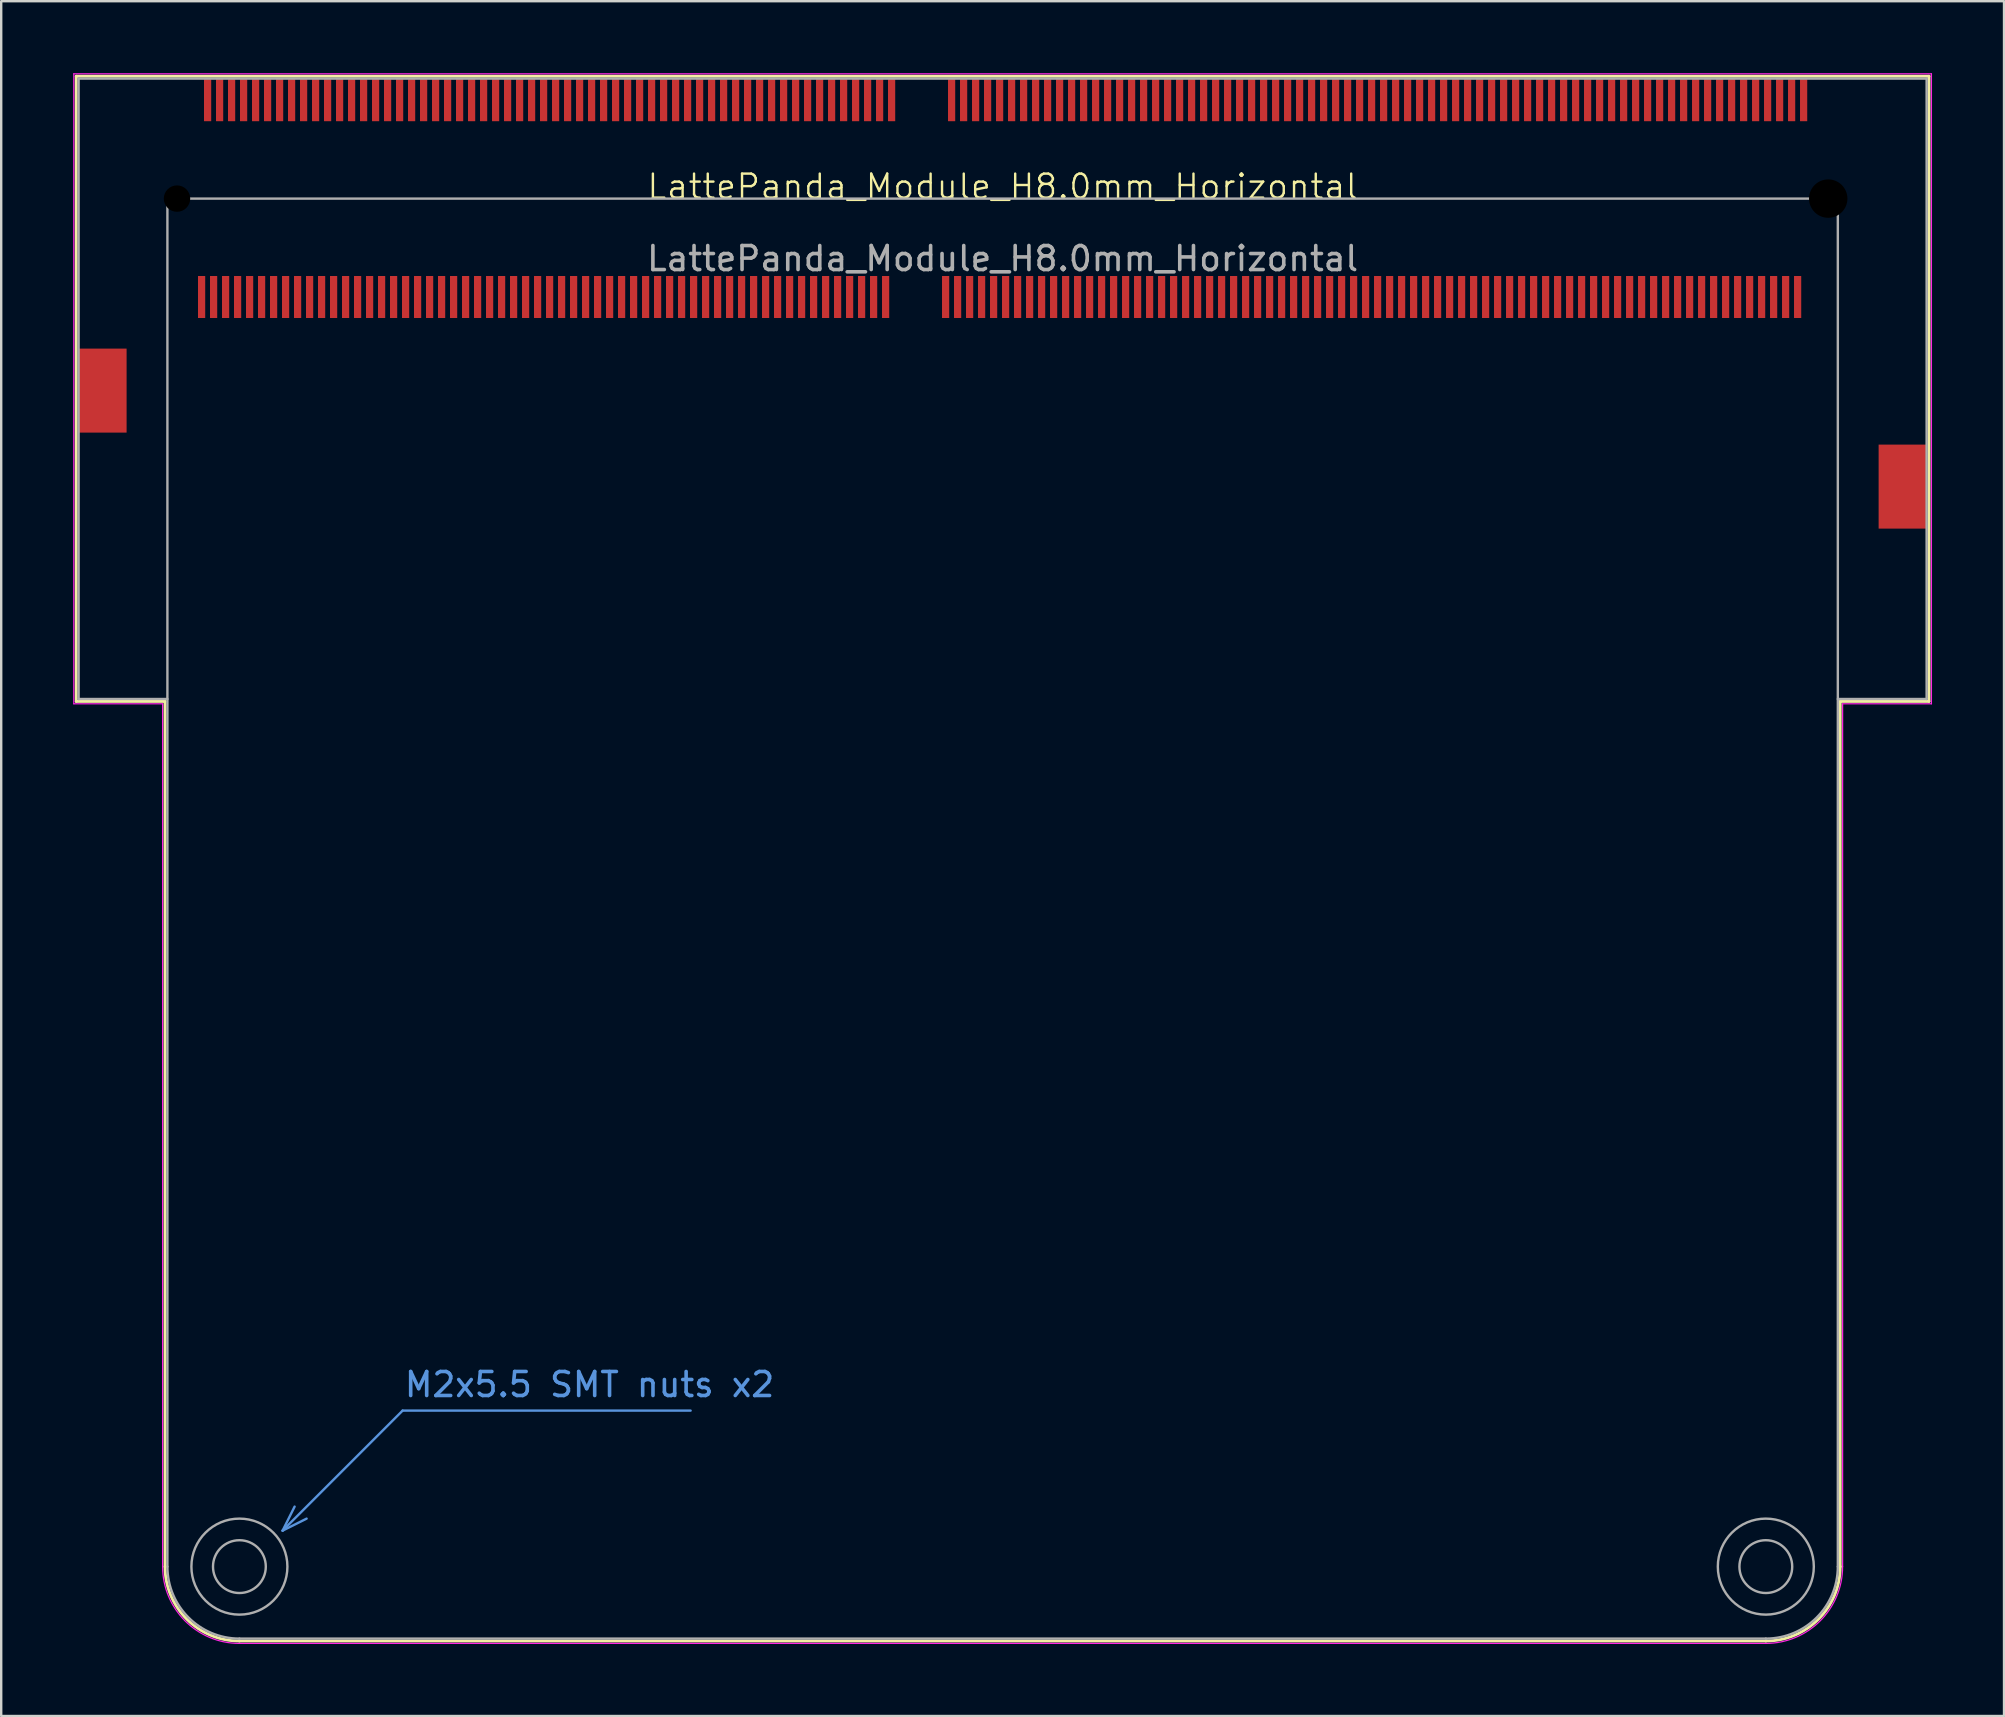
<source format=kicad_pcb>
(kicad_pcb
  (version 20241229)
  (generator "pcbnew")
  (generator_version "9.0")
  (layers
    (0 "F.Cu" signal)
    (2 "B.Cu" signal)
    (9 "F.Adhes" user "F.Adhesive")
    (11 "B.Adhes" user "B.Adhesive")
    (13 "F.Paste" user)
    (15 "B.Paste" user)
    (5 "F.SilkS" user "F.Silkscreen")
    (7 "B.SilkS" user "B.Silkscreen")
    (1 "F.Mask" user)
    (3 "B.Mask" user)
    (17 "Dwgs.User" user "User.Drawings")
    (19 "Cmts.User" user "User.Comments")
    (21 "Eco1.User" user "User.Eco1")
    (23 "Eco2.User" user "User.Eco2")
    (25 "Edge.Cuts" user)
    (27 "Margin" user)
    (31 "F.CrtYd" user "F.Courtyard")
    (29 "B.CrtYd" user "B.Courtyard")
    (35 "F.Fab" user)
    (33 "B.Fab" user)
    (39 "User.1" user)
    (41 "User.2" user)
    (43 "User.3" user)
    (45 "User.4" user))
  (footprint "LattePanda_Module_H8.0mm_Horizontal"
    (layer "F.Cu")
    (at 38.725 5.225)
    (property "Reference" "LattePanda_Module_H8.0mm_Horizontal" (at 0 -0.5 0) (unlocked yes) (layer "F.SilkS") (effects (font (size 1 1) (thickness 0.1))))
    (attr smd)
    (fp_line (start -38.6 -5.1) (end -38.6 20.95) (stroke (width 0.12) (type default)) (layer "F.SilkS"))
    (fp_line (start -38.6 -5.1) (end 38.6 -5.1) (stroke (width 0.12) (type default)) (layer "F.SilkS"))
    (fp_line (start -38.6 20.95) (end -34.9 20.95) (stroke (width 0.12) (type default)) (layer "F.SilkS"))
    (fp_line (start -34.9 57) (end -34.9 20.95) (stroke (width 0.12) (type default)) (layer "F.SilkS"))
    (fp_line (start -31.8 60.1) (end 31.8 60.1) (stroke (width 0.12) (type default)) (layer "F.SilkS"))
    (fp_line (start 34.9 20.95) (end 38.6 20.95) (stroke (width 0.12) (type default)) (layer "F.SilkS"))
    (fp_line (start 34.9 57) (end 34.9 20.95) (stroke (width 0.12) (type default)) (layer "F.SilkS"))
    (fp_line (start 38.6 -5.1) (end 38.6 20.95) (stroke (width 0.12) (type default)) (layer "F.SilkS"))
    (fp_arc (start -31.8 60.1) (mid -33.992031 59.192031) (end -34.9 57) (stroke (width 0.12) (type default)) (layer "F.SilkS"))
    (fp_arc (start 34.9 57) (mid 33.992031 59.192031) (end 31.8 60.1) (stroke (width 0.12) (type default)) (layer "F.SilkS"))
    (fp_line (start -30 55.5) (end -29.5 54.5) (stroke (width 0.1) (type default)) (layer "Cmts.User"))
    (fp_line (start -30 55.5) (end -29 55) (stroke (width 0.1) (type default)) (layer "Cmts.User"))
    (fp_line (start -25 50.5) (end -30 55.5) (stroke (width 0.1) (type default)) (layer "Cmts.User"))
    (fp_line (start -25 50.5) (end -13 50.5) (stroke (width 0.1) (type default)) (layer "Cmts.User"))
    (fp_line (start -38.7 -5.2) (end -38.7 21.05) (stroke (width 0.05) (type default)) (layer "F.CrtYd"))
    (fp_line (start -38.7 -5.2) (end 38.7 -5.2) (stroke (width 0.05) (type default)) (layer "F.CrtYd"))
    (fp_line (start -38.7 21.05) (end -35 21.05) (stroke (width 0.05) (type default)) (layer "F.CrtYd"))
    (fp_line (start -35 57) (end -35 21.05) (stroke (width 0.05) (type default)) (layer "F.CrtYd"))
    (fp_line (start -31.8 60.2) (end 31.8 60.2) (stroke (width 0.05) (type default)) (layer "F.CrtYd"))
    (fp_line (start 35 21.05) (end 38.7 21.05) (stroke (width 0.05) (type default)) (layer "F.CrtYd"))
    (fp_line (start 35 57) (end 35 21.05) (stroke (width 0.05) (type default)) (layer "F.CrtYd"))
    (fp_line (start 38.7 -5.2) (end 38.7 21.05) (stroke (width 0.05) (type default)) (layer "F.CrtYd"))
    (fp_arc (start -31.8 60.2) (mid -34.062742 59.262742) (end -35 57) (stroke (width 0.05) (type default)) (layer "F.CrtYd"))
    (fp_arc (start 35 57) (mid 34.062742 59.262742) (end 31.8 60.2) (stroke (width 0.05) (type default)) (layer "F.CrtYd"))
    (fp_line (start -38.5 -5) (end -38.5 20.85) (stroke (width 0.1) (type default)) (layer "F.Fab"))
    (fp_line (start -38.5 -5) (end 38.5 -5) (stroke (width 0.1) (type default)) (layer "F.Fab"))
    (fp_line (start -38.5 20.85) (end -34.8 20.85) (stroke (width 0.1) (type default)) (layer "F.Fab"))
    (fp_line (start -34.8 57) (end -34.8 0) (stroke (width 0.1) (type default)) (layer "F.Fab"))
    (fp_line (start -31.8 60) (end 31.8 60) (stroke (width 0.1) (type default)) (layer "F.Fab"))
    (fp_line (start 34.8 0) (end -34.8 0) (stroke (width 0.1) (type default)) (layer "F.Fab"))
    (fp_line (start 34.8 20.85) (end 38.5 20.85) (stroke (width 0.1) (type default)) (layer "F.Fab"))
    (fp_line (start 34.8 57) (end 34.8 0) (stroke (width 0.1) (type default)) (layer "F.Fab"))
    (fp_line (start 38.5 -5) (end 38.5 20.85) (stroke (width 0.1) (type default)) (layer "F.Fab"))
    (fp_arc (start -31.8 60) (mid -33.92132 59.12132) (end -34.8 57) (stroke (width 0.1) (type default)) (layer "F.Fab"))
    (fp_arc (start 34.8 57) (mid 33.92132 59.12132) (end 31.8 60) (stroke (width 0.1) (type default)) (layer "F.Fab"))
    (fp_circle (center -31.8 57) (end -30.7 57) (stroke (width 0.1) (type default)) (fill no) (layer "F.Fab"))
    (fp_circle (center -31.8 57) (end -29.8 57) (stroke (width 0.1) (type default)) (fill no) (layer "F.Fab"))
    (fp_circle (center 31.8 57) (end 32.9 57) (stroke (width 0.1) (type default)) (fill no) (layer "F.Fab"))
    (fp_circle (center 31.8 57) (end 33.8 57) (stroke (width 0.1) (type default)) (fill no) (layer "F.Fab"))
    (fp_text user "M2x5.5 SMT nuts x2" (at -25 50 0) (unlocked yes) (layer "Cmts.User") (effects (font (size 1 1) (thickness 0.15)) (justify left bottom)))
    (fp_text user "${REFERENCE}" (at 0 2.5 0) (unlocked yes) (layer "F.Fab") (effects (font (size 1 1) (thickness 0.15))))
    (pad "" np_thru_hole circle (at -34.4 0) (size 1.1 1.1) (drill 1.1) (layers "*.Mask"))
    (pad "" np_thru_hole circle (at 34.4 0) (size 1.6 1.6) (drill 1.6) (layers "*.Mask"))
    (pad "1" smd rect (at 33.375 -4.1) (size 0.3 1.75) (layers "F.Cu" "F.Mask" "F.Paste"))
    (pad "2" smd rect (at 33.125 4.1) (size 0.3 1.75) (layers "F.Cu" "F.Mask" "F.Paste"))
    (pad "3" smd rect (at 32.875 -4.1) (size 0.3 1.75) (layers "F.Cu" "F.Mask" "F.Paste"))
    (pad "4" smd rect (at 32.625 4.1) (size 0.3 1.75) (layers "F.Cu" "F.Mask" "F.Paste"))
    (pad "5" smd rect (at 32.375 -4.1) (size 0.3 1.75) (layers "F.Cu" "F.Mask" "F.Paste"))
    (pad "6" smd rect (at 32.125 4.1) (size 0.3 1.75) (layers "F.Cu" "F.Mask" "F.Paste"))
    (pad "7" smd rect (at 31.875 -4.1) (size 0.3 1.75) (layers "F.Cu" "F.Mask" "F.Paste"))
    (pad "8" smd rect (at 31.625 4.1) (size 0.3 1.75) (layers "F.Cu" "F.Mask" "F.Paste"))
    (pad "9" smd rect (at 31.375 -4.1) (size 0.3 1.75) (layers "F.Cu" "F.Mask" "F.Paste"))
    (pad "10" smd rect (at 31.125 4.1) (size 0.3 1.75) (layers "F.Cu" "F.Mask" "F.Paste"))
    (pad "11" smd rect (at 30.875 -4.1) (size 0.3 1.75) (layers "F.Cu" "F.Mask" "F.Paste"))
    (pad "12" smd rect (at 30.625 4.1) (size 0.3 1.75) (layers "F.Cu" "F.Mask" "F.Paste"))
    (pad "13" smd rect (at 30.375 -4.1) (size 0.3 1.75) (layers "F.Cu" "F.Mask" "F.Paste"))
    (pad "14" smd rect (at 30.125 4.1) (size 0.3 1.75) (layers "F.Cu" "F.Mask" "F.Paste"))
    (pad "15" smd rect (at 29.875 -4.1) (size 0.3 1.75) (layers "F.Cu" "F.Mask" "F.Paste"))
    (pad "16" smd rect (at 29.625 4.1) (size 0.3 1.75) (layers "F.Cu" "F.Mask" "F.Paste"))
    (pad "17" smd rect (at 29.375 -4.1) (size 0.3 1.75) (layers "F.Cu" "F.Mask" "F.Paste"))
    (pad "18" smd rect (at 29.125 4.1) (size 0.3 1.75) (layers "F.Cu" "F.Mask" "F.Paste"))
    (pad "19" smd rect (at 28.875 -4.1) (size 0.3 1.75) (layers "F.Cu" "F.Mask" "F.Paste"))
    (pad "20" smd rect (at 28.625 4.1) (size 0.3 1.75) (layers "F.Cu" "F.Mask" "F.Paste"))
    (pad "21" smd rect (at 28.375 -4.1) (size 0.3 1.75) (layers "F.Cu" "F.Mask" "F.Paste"))
    (pad "22" smd rect (at 28.125 4.1) (size 0.3 1.75) (layers "F.Cu" "F.Mask" "F.Paste"))
    (pad "23" smd rect (at 27.875 -4.1) (size 0.3 1.75) (layers "F.Cu" "F.Mask" "F.Paste"))
    (pad "24" smd rect (at 27.625 4.1) (size 0.3 1.75) (layers "F.Cu" "F.Mask" "F.Paste"))
    (pad "25" smd rect (at 27.375 -4.1) (size 0.3 1.75) (layers "F.Cu" "F.Mask" "F.Paste"))
    (pad "26" smd rect (at 27.125 4.1) (size 0.3 1.75) (layers "F.Cu" "F.Mask" "F.Paste"))
    (pad "27" smd rect (at 26.875 -4.1) (size 0.3 1.75) (layers "F.Cu" "F.Mask" "F.Paste"))
    (pad "28" smd rect (at 26.625 4.1) (size 0.3 1.75) (layers "F.Cu" "F.Mask" "F.Paste"))
    (pad "29" smd rect (at 26.375 -4.1) (size 0.3 1.75) (layers "F.Cu" "F.Mask" "F.Paste"))
    (pad "30" smd rect (at 26.125 4.1) (size 0.3 1.75) (layers "F.Cu" "F.Mask" "F.Paste"))
    (pad "31" smd rect (at 25.875 -4.1) (size 0.3 1.75) (layers "F.Cu" "F.Mask" "F.Paste"))
    (pad "32" smd rect (at 25.625 4.1) (size 0.3 1.75) (layers "F.Cu" "F.Mask" "F.Paste"))
    (pad "33" smd rect (at 25.375 -4.1) (size 0.3 1.75) (layers "F.Cu" "F.Mask" "F.Paste"))
    (pad "34" smd rect (at 25.125 4.1) (size 0.3 1.75) (layers "F.Cu" "F.Mask" "F.Paste"))
    (pad "35" smd rect (at 24.875 -4.1) (size 0.3 1.75) (layers "F.Cu" "F.Mask" "F.Paste"))
    (pad "36" smd rect (at 24.625 4.1) (size 0.3 1.75) (layers "F.Cu" "F.Mask" "F.Paste"))
    (pad "37" smd rect (at 24.375 -4.1) (size 0.3 1.75) (layers "F.Cu" "F.Mask" "F.Paste"))
    (pad "38" smd rect (at 24.125 4.1) (size 0.3 1.75) (layers "F.Cu" "F.Mask" "F.Paste"))
    (pad "39" smd rect (at 23.875 -4.1) (size 0.3 1.75) (layers "F.Cu" "F.Mask" "F.Paste"))
    (pad "40" smd rect (at 23.625 4.1) (size 0.3 1.75) (layers "F.Cu" "F.Mask" "F.Paste"))
    (pad "41" smd rect (at 23.375 -4.1) (size 0.3 1.75) (layers "F.Cu" "F.Mask" "F.Paste"))
    (pad "42" smd rect (at 23.125 4.1) (size 0.3 1.75) (layers "F.Cu" "F.Mask" "F.Paste"))
    (pad "43" smd rect (at 22.875 -4.1) (size 0.3 1.75) (layers "F.Cu" "F.Mask" "F.Paste"))
    (pad "44" smd rect (at 22.625 4.1) (size 0.3 1.75) (layers "F.Cu" "F.Mask" "F.Paste"))
    (pad "45" smd rect (at 22.375 -4.1) (size 0.3 1.75) (layers "F.Cu" "F.Mask" "F.Paste"))
    (pad "46" smd rect (at 22.125 4.1) (size 0.3 1.75) (layers "F.Cu" "F.Mask" "F.Paste"))
    (pad "47" smd rect (at 21.875 -4.1) (size 0.3 1.75) (layers "F.Cu" "F.Mask" "F.Paste"))
    (pad "48" smd rect (at 21.625 4.1) (size 0.3 1.75) (layers "F.Cu" "F.Mask" "F.Paste"))
    (pad "49" smd rect (at 21.375 -4.1) (size 0.3 1.75) (layers "F.Cu" "F.Mask" "F.Paste"))
    (pad "50" smd rect (at 21.125 4.1) (size 0.3 1.75) (layers "F.Cu" "F.Mask" "F.Paste"))
    (pad "51" smd rect (at 20.875 -4.1) (size 0.3 1.75) (layers "F.Cu" "F.Mask" "F.Paste"))
    (pad "52" smd rect (at 20.625 4.1) (size 0.3 1.75) (layers "F.Cu" "F.Mask" "F.Paste"))
    (pad "53" smd rect (at 20.375 -4.1) (size 0.3 1.75) (layers "F.Cu" "F.Mask" "F.Paste"))
    (pad "54" smd rect (at 20.125 4.1) (size 0.3 1.75) (layers "F.Cu" "F.Mask" "F.Paste"))
    (pad "55" smd rect (at 19.875 -4.1) (size 0.3 1.75) (layers "F.Cu" "F.Mask" "F.Paste"))
    (pad "56" smd rect (at 19.625 4.1) (size 0.3 1.75) (layers "F.Cu" "F.Mask" "F.Paste"))
    (pad "57" smd rect (at 19.375 -4.1) (size 0.3 1.75) (layers "F.Cu" "F.Mask" "F.Paste"))
    (pad "58" smd rect (at 19.125 4.1) (size 0.3 1.75) (layers "F.Cu" "F.Mask" "F.Paste"))
    (pad "59" smd rect (at 18.875 -4.1) (size 0.3 1.75) (layers "F.Cu" "F.Mask" "F.Paste"))
    (pad "60" smd rect (at 18.625 4.1) (size 0.3 1.75) (layers "F.Cu" "F.Mask" "F.Paste"))
    (pad "61" smd rect (at 18.375 -4.1) (size 0.3 1.75) (layers "F.Cu" "F.Mask" "F.Paste"))
    (pad "62" smd rect (at 18.125 4.1) (size 0.3 1.75) (layers "F.Cu" "F.Mask" "F.Paste"))
    (pad "63" smd rect (at 17.875 -4.1) (size 0.3 1.75) (layers "F.Cu" "F.Mask" "F.Paste"))
    (pad "64" smd rect (at 17.625 4.1) (size 0.3 1.75) (layers "F.Cu" "F.Mask" "F.Paste"))
    (pad "65" smd rect (at 17.375 -4.1) (size 0.3 1.75) (layers "F.Cu" "F.Mask" "F.Paste"))
    (pad "66" smd rect (at 17.125 4.1) (size 0.3 1.75) (layers "F.Cu" "F.Mask" "F.Paste"))
    (pad "67" smd rect (at 16.875 -4.1) (size 0.3 1.75) (layers "F.Cu" "F.Mask" "F.Paste"))
    (pad "68" smd rect (at 16.625 4.1) (size 0.3 1.75) (layers "F.Cu" "F.Mask" "F.Paste"))
    (pad "69" smd rect (at 16.375 -4.1) (size 0.3 1.75) (layers "F.Cu" "F.Mask" "F.Paste"))
    (pad "70" smd rect (at 16.125 4.1) (size 0.3 1.75) (layers "F.Cu" "F.Mask" "F.Paste"))
    (pad "71" smd rect (at 15.875 -4.1) (size 0.3 1.75) (layers "F.Cu" "F.Mask" "F.Paste"))
    (pad "72" smd rect (at 15.625 4.1) (size 0.3 1.75) (layers "F.Cu" "F.Mask" "F.Paste"))
    (pad "73" smd rect (at 15.375 -4.1) (size 0.3 1.75) (layers "F.Cu" "F.Mask" "F.Paste"))
    (pad "74" smd rect (at 15.125 4.1) (size 0.3 1.75) (layers "F.Cu" "F.Mask" "F.Paste"))
    (pad "75" smd rect (at 14.875 -4.1) (size 0.3 1.75) (layers "F.Cu" "F.Mask" "F.Paste"))
    (pad "76" smd rect (at 14.625 4.1) (size 0.3 1.75) (layers "F.Cu" "F.Mask" "F.Paste"))
    (pad "77" smd rect (at 14.375 -4.1) (size 0.3 1.75) (layers "F.Cu" "F.Mask" "F.Paste"))
    (pad "78" smd rect (at 14.125 4.1) (size 0.3 1.75) (layers "F.Cu" "F.Mask" "F.Paste"))
    (pad "79" smd rect (at 13.875 -4.1) (size 0.3 1.75) (layers "F.Cu" "F.Mask" "F.Paste"))
    (pad "80" smd rect (at 13.625 4.1) (size 0.3 1.75) (layers "F.Cu" "F.Mask" "F.Paste"))
    (pad "81" smd rect (at 13.375 -4.1) (size 0.3 1.75) (layers "F.Cu" "F.Mask" "F.Paste"))
    (pad "82" smd rect (at 13.125 4.1) (size 0.3 1.75) (layers "F.Cu" "F.Mask" "F.Paste"))
    (pad "83" smd rect (at 12.875 -4.1) (size 0.3 1.75) (layers "F.Cu" "F.Mask" "F.Paste"))
    (pad "84" smd rect (at 12.625 4.1) (size 0.3 1.75) (layers "F.Cu" "F.Mask" "F.Paste"))
    (pad "85" smd rect (at 12.375 -4.1) (size 0.3 1.75) (layers "F.Cu" "F.Mask" "F.Paste"))
    (pad "86" smd rect (at 12.125 4.1) (size 0.3 1.75) (layers "F.Cu" "F.Mask" "F.Paste"))
    (pad "87" smd rect (at 11.875 -4.1) (size 0.3 1.75) (layers "F.Cu" "F.Mask" "F.Paste"))
    (pad "88" smd rect (at 11.625 4.1) (size 0.3 1.75) (layers "F.Cu" "F.Mask" "F.Paste"))
    (pad "89" smd rect (at 11.375 -4.1) (size 0.3 1.75) (layers "F.Cu" "F.Mask" "F.Paste"))
    (pad "90" smd rect (at 11.125 4.1) (size 0.3 1.75) (layers "F.Cu" "F.Mask" "F.Paste"))
    (pad "91" smd rect (at 10.875 -4.1) (size 0.3 1.75) (layers "F.Cu" "F.Mask" "F.Paste"))
    (pad "92" smd rect (at 10.625 4.1) (size 0.3 1.75) (layers "F.Cu" "F.Mask" "F.Paste"))
    (pad "93" smd rect (at 10.375 -4.1) (size 0.3 1.75) (layers "F.Cu" "F.Mask" "F.Paste"))
    (pad "94" smd rect (at 10.125 4.1) (size 0.3 1.75) (layers "F.Cu" "F.Mask" "F.Paste"))
    (pad "95" smd rect (at 9.875 -4.1) (size 0.3 1.75) (layers "F.Cu" "F.Mask" "F.Paste"))
    (pad "96" smd rect (at 9.625 4.1) (size 0.3 1.75) (layers "F.Cu" "F.Mask" "F.Paste"))
    (pad "97" smd rect (at 9.375 -4.1) (size 0.3 1.75) (layers "F.Cu" "F.Mask" "F.Paste"))
    (pad "98" smd rect (at 9.125 4.1) (size 0.3 1.75) (layers "F.Cu" "F.Mask" "F.Paste"))
    (pad "99" smd rect (at 8.875 -4.1) (size 0.3 1.75) (layers "F.Cu" "F.Mask" "F.Paste"))
    (pad "100" smd rect (at 8.625 4.1) (size 0.3 1.75) (layers "F.Cu" "F.Mask" "F.Paste"))
    (pad "101" smd rect (at 8.375 -4.1) (size 0.3 1.75) (layers "F.Cu" "F.Mask" "F.Paste"))
    (pad "102" smd rect (at 8.125 4.1) (size 0.3 1.75) (layers "F.Cu" "F.Mask" "F.Paste"))
    (pad "103" smd rect (at 7.875 -4.1) (size 0.3 1.75) (layers "F.Cu" "F.Mask" "F.Paste"))
    (pad "104" smd rect (at 7.625 4.1) (size 0.3 1.75) (layers "F.Cu" "F.Mask" "F.Paste"))
    (pad "105" smd rect (at 7.375 -4.1) (size 0.3 1.75) (layers "F.Cu" "F.Mask" "F.Paste"))
    (pad "106" smd rect (at 7.125 4.1) (size 0.3 1.75) (layers "F.Cu" "F.Mask" "F.Paste"))
    (pad "107" smd rect (at 6.875 -4.1) (size 0.3 1.75) (layers "F.Cu" "F.Mask" "F.Paste"))
    (pad "108" smd rect (at 6.625 4.1) (size 0.3 1.75) (layers "F.Cu" "F.Mask" "F.Paste"))
    (pad "109" smd rect (at 6.375 -4.1) (size 0.3 1.75) (layers "F.Cu" "F.Mask" "F.Paste"))
    (pad "110" smd rect (at 6.125 4.1) (size 0.3 1.75) (layers "F.Cu" "F.Mask" "F.Paste"))
    (pad "111" smd rect (at 5.875 -4.1) (size 0.3 1.75) (layers "F.Cu" "F.Mask" "F.Paste"))
    (pad "112" smd rect (at 5.625 4.1) (size 0.3 1.75) (layers "F.Cu" "F.Mask" "F.Paste"))
    (pad "113" smd rect (at 5.375 -4.1) (size 0.3 1.75) (layers "F.Cu" "F.Mask" "F.Paste"))
    (pad "114" smd rect (at 5.125 4.1) (size 0.3 1.75) (layers "F.Cu" "F.Mask" "F.Paste"))
    (pad "115" smd rect (at 4.875 -4.1) (size 0.3 1.75) (layers "F.Cu" "F.Mask" "F.Paste"))
    (pad "116" smd rect (at 4.625 4.1) (size 0.3 1.75) (layers "F.Cu" "F.Mask" "F.Paste"))
    (pad "117" smd rect (at 4.375 -4.1) (size 0.3 1.75) (layers "F.Cu" "F.Mask" "F.Paste"))
    (pad "118" smd rect (at 4.125 4.1) (size 0.3 1.75) (layers "F.Cu" "F.Mask" "F.Paste"))
    (pad "119" smd rect (at 3.875 -4.1) (size 0.3 1.75) (layers "F.Cu" "F.Mask" "F.Paste"))
    (pad "120" smd rect (at 3.625 4.1) (size 0.3 1.75) (layers "F.Cu" "F.Mask" "F.Paste"))
    (pad "121" smd rect (at 3.375 -4.1) (size 0.3 1.75) (layers "F.Cu" "F.Mask" "F.Paste"))
    (pad "122" smd rect (at 3.125 4.1) (size 0.3 1.75) (layers "F.Cu" "F.Mask" "F.Paste"))
    (pad "123" smd rect (at 2.875 -4.1) (size 0.3 1.75) (layers "F.Cu" "F.Mask" "F.Paste"))
    (pad "124" smd rect (at 2.625 4.1) (size 0.3 1.75) (layers "F.Cu" "F.Mask" "F.Paste"))
    (pad "125" smd rect (at 2.375 -4.1) (size 0.3 1.75) (layers "F.Cu" "F.Mask" "F.Paste"))
    (pad "126" smd rect (at 2.125 4.1) (size 0.3 1.75) (layers "F.Cu" "F.Mask" "F.Paste"))
    (pad "127" smd rect (at 1.875 -4.1) (size 0.3 1.75) (layers "F.Cu" "F.Mask" "F.Paste"))
    (pad "128" smd rect (at 1.625 4.1) (size 0.3 1.75) (layers "F.Cu" "F.Mask" "F.Paste"))
    (pad "129" smd rect (at 1.375 -4.1) (size 0.3 1.75) (layers "F.Cu" "F.Mask" "F.Paste"))
    (pad "130" smd rect (at 1.125 4.1) (size 0.3 1.75) (layers "F.Cu" "F.Mask" "F.Paste"))
    (pad "131" smd rect (at 0.875 -4.1) (size 0.3 1.75) (layers "F.Cu" "F.Mask" "F.Paste"))
    (pad "132" smd rect (at 0.625 4.1) (size 0.3 1.75) (layers "F.Cu" "F.Mask" "F.Paste"))
    (pad "133" smd rect (at 0.375 -4.1) (size 0.3 1.75) (layers "F.Cu" "F.Mask" "F.Paste"))
    (pad "134" smd rect (at 0.125 4.1) (size 0.3 1.75) (layers "F.Cu" "F.Mask" "F.Paste"))
    (pad "135" smd rect (at -0.125 -4.1) (size 0.3 1.75) (layers "F.Cu" "F.Mask" "F.Paste"))
    (pad "136" smd rect (at -0.375 4.1) (size 0.3 1.75) (layers "F.Cu" "F.Mask" "F.Paste"))
    (pad "137" smd rect (at -0.625 -4.1) (size 0.3 1.75) (layers "F.Cu" "F.Mask" "F.Paste"))
    (pad "138" smd rect (at -0.875 4.1) (size 0.3 1.75) (layers "F.Cu" "F.Mask" "F.Paste"))
    (pad "139" smd rect (at -1.125 -4.1) (size 0.3 1.75) (layers "F.Cu" "F.Mask" "F.Paste"))
    (pad "140" smd rect (at -1.375 4.1) (size 0.3 1.75) (layers "F.Cu" "F.Mask" "F.Paste"))
    (pad "141" smd rect (at -1.625 -4.1) (size 0.3 1.75) (layers "F.Cu" "F.Mask" "F.Paste"))
    (pad "142" smd rect (at -1.875 4.1) (size 0.3 1.75) (layers "F.Cu" "F.Mask" "F.Paste"))
    (pad "143" smd rect (at -2.125 -4.1) (size 0.3 1.75) (layers "F.Cu" "F.Mask" "F.Paste"))
    (pad "144" smd rect (at -2.375 4.1) (size 0.3 1.75) (layers "F.Cu" "F.Mask" "F.Paste"))
    (pad "145" smd rect (at -4.625 -4.1) (size 0.3 1.75) (layers "F.Cu" "F.Mask" "F.Paste"))
    (pad "146" smd rect (at -4.875 4.1) (size 0.3 1.75) (layers "F.Cu" "F.Mask" "F.Paste"))
    (pad "147" smd rect (at -5.125 -4.1) (size 0.3 1.75) (layers "F.Cu" "F.Mask" "F.Paste"))
    (pad "148" smd rect (at -5.375 4.1) (size 0.3 1.75) (layers "F.Cu" "F.Mask" "F.Paste"))
    (pad "149" smd rect (at -5.625 -4.1) (size 0.3 1.75) (layers "F.Cu" "F.Mask" "F.Paste"))
    (pad "150" smd rect (at -5.875 4.1) (size 0.3 1.75) (layers "F.Cu" "F.Mask" "F.Paste"))
    (pad "151" smd rect (at -6.125 -4.1) (size 0.3 1.75) (layers "F.Cu" "F.Mask" "F.Paste"))
    (pad "152" smd rect (at -6.375 4.1) (size 0.3 1.75) (layers "F.Cu" "F.Mask" "F.Paste"))
    (pad "153" smd rect (at -6.625 -4.1) (size 0.3 1.75) (layers "F.Cu" "F.Mask" "F.Paste"))
    (pad "154" smd rect (at -6.875 4.1) (size 0.3 1.75) (layers "F.Cu" "F.Mask" "F.Paste"))
    (pad "155" smd rect (at -7.125 -4.1) (size 0.3 1.75) (layers "F.Cu" "F.Mask" "F.Paste"))
    (pad "156" smd rect (at -7.375 4.1) (size 0.3 1.75) (layers "F.Cu" "F.Mask" "F.Paste"))
    (pad "157" smd rect (at -7.625 -4.1) (size 0.3 1.75) (layers "F.Cu" "F.Mask" "F.Paste"))
    (pad "158" smd rect (at -7.875 4.1) (size 0.3 1.75) (layers "F.Cu" "F.Mask" "F.Paste"))
    (pad "159" smd rect (at -8.125 -4.1) (size 0.3 1.75) (layers "F.Cu" "F.Mask" "F.Paste"))
    (pad "160" smd rect (at -8.375 4.1) (size 0.3 1.75) (layers "F.Cu" "F.Mask" "F.Paste"))
    (pad "161" smd rect (at -8.625 -4.1) (size 0.3 1.75) (layers "F.Cu" "F.Mask" "F.Paste"))
    (pad "162" smd rect (at -8.875 4.1) (size 0.3 1.75) (layers "F.Cu" "F.Mask" "F.Paste"))
    (pad "163" smd rect (at -9.125 -4.1) (size 0.3 1.75) (layers "F.Cu" "F.Mask" "F.Paste"))
    (pad "164" smd rect (at -9.375 4.1) (size 0.3 1.75) (layers "F.Cu" "F.Mask" "F.Paste"))
    (pad "165" smd rect (at -9.625 -4.1) (size 0.3 1.75) (layers "F.Cu" "F.Mask" "F.Paste"))
    (pad "166" smd rect (at -9.875 4.1) (size 0.3 1.75) (layers "F.Cu" "F.Mask" "F.Paste"))
    (pad "167" smd rect (at -10.125 -4.1) (size 0.3 1.75) (layers "F.Cu" "F.Mask" "F.Paste"))
    (pad "168" smd rect (at -10.375 4.1) (size 0.3 1.75) (layers "F.Cu" "F.Mask" "F.Paste"))
    (pad "169" smd rect (at -10.625 -4.1) (size 0.3 1.75) (layers "F.Cu" "F.Mask" "F.Paste"))
    (pad "170" smd rect (at -10.875 4.1) (size 0.3 1.75) (layers "F.Cu" "F.Mask" "F.Paste"))
    (pad "171" smd rect (at -11.125 -4.1) (size 0.3 1.75) (layers "F.Cu" "F.Mask" "F.Paste"))
    (pad "172" smd rect (at -11.375 4.1) (size 0.3 1.75) (layers "F.Cu" "F.Mask" "F.Paste"))
    (pad "173" smd rect (at -11.625 -4.1) (size 0.3 1.75) (layers "F.Cu" "F.Mask" "F.Paste"))
    (pad "174" smd rect (at -11.875 4.1) (size 0.3 1.75) (layers "F.Cu" "F.Mask" "F.Paste"))
    (pad "175" smd rect (at -12.125 -4.1) (size 0.3 1.75) (layers "F.Cu" "F.Mask" "F.Paste"))
    (pad "176" smd rect (at -12.375 4.1) (size 0.3 1.75) (layers "F.Cu" "F.Mask" "F.Paste"))
    (pad "177" smd rect (at -12.625 -4.1) (size 0.3 1.75) (layers "F.Cu" "F.Mask" "F.Paste"))
    (pad "178" smd rect (at -12.875 4.1) (size 0.3 1.75) (layers "F.Cu" "F.Mask" "F.Paste"))
    (pad "179" smd rect (at -13.125 -4.1) (size 0.3 1.75) (layers "F.Cu" "F.Mask" "F.Paste"))
    (pad "180" smd rect (at -13.375 4.1) (size 0.3 1.75) (layers "F.Cu" "F.Mask" "F.Paste"))
    (pad "181" smd rect (at -13.625 -4.1) (size 0.3 1.75) (layers "F.Cu" "F.Mask" "F.Paste"))
    (pad "182" smd rect (at -13.875 4.1) (size 0.3 1.75) (layers "F.Cu" "F.Mask" "F.Paste"))
    (pad "183" smd rect (at -14.125 -4.1) (size 0.3 1.75) (layers "F.Cu" "F.Mask" "F.Paste"))
    (pad "184" smd rect (at -14.375 4.1) (size 0.3 1.75) (layers "F.Cu" "F.Mask" "F.Paste"))
    (pad "185" smd rect (at -14.625 -4.1) (size 0.3 1.75) (layers "F.Cu" "F.Mask" "F.Paste"))
    (pad "186" smd rect (at -14.875 4.1) (size 0.3 1.75) (layers "F.Cu" "F.Mask" "F.Paste"))
    (pad "187" smd rect (at -15.125 -4.1) (size 0.3 1.75) (layers "F.Cu" "F.Mask" "F.Paste"))
    (pad "188" smd rect (at -15.375 4.1) (size 0.3 1.75) (layers "F.Cu" "F.Mask" "F.Paste"))
    (pad "189" smd rect (at -15.625 -4.1) (size 0.3 1.75) (layers "F.Cu" "F.Mask" "F.Paste"))
    (pad "190" smd rect (at -15.875 4.1) (size 0.3 1.75) (layers "F.Cu" "F.Mask" "F.Paste"))
    (pad "191" smd rect (at -16.125 -4.1) (size 0.3 1.75) (layers "F.Cu" "F.Mask" "F.Paste"))
    (pad "192" smd rect (at -16.375 4.1) (size 0.3 1.75) (layers "F.Cu" "F.Mask" "F.Paste"))
    (pad "193" smd rect (at -16.625 -4.1) (size 0.3 1.75) (layers "F.Cu" "F.Mask" "F.Paste"))
    (pad "194" smd rect (at -16.875 4.1) (size 0.3 1.75) (layers "F.Cu" "F.Mask" "F.Paste"))
    (pad "195" smd rect (at -17.125 -4.1) (size 0.3 1.75) (layers "F.Cu" "F.Mask" "F.Paste"))
    (pad "196" smd rect (at -17.375 4.1) (size 0.3 1.75) (layers "F.Cu" "F.Mask" "F.Paste"))
    (pad "197" smd rect (at -17.625 -4.1) (size 0.3 1.75) (layers "F.Cu" "F.Mask" "F.Paste"))
    (pad "198" smd rect (at -17.875 4.1) (size 0.3 1.75) (layers "F.Cu" "F.Mask" "F.Paste"))
    (pad "199" smd rect (at -18.125 -4.1) (size 0.3 1.75) (layers "F.Cu" "F.Mask" "F.Paste"))
    (pad "200" smd rect (at -18.375 4.1) (size 0.3 1.75) (layers "F.Cu" "F.Mask" "F.Paste"))
    (pad "201" smd rect (at -18.625 -4.1) (size 0.3 1.75) (layers "F.Cu" "F.Mask" "F.Paste"))
    (pad "202" smd rect (at -18.875 4.1) (size 0.3 1.75) (layers "F.Cu" "F.Mask" "F.Paste"))
    (pad "203" smd rect (at -19.125 -4.1) (size 0.3 1.75) (layers "F.Cu" "F.Mask" "F.Paste"))
    (pad "204" smd rect (at -19.375 4.1) (size 0.3 1.75) (layers "F.Cu" "F.Mask" "F.Paste"))
    (pad "205" smd rect (at -19.625 -4.1) (size 0.3 1.75) (layers "F.Cu" "F.Mask" "F.Paste"))
    (pad "206" smd rect (at -19.875 4.1) (size 0.3 1.75) (layers "F.Cu" "F.Mask" "F.Paste"))
    (pad "207" smd rect (at -20.125 -4.1) (size 0.3 1.75) (layers "F.Cu" "F.Mask" "F.Paste"))
    (pad "208" smd rect (at -20.375 4.1) (size 0.3 1.75) (layers "F.Cu" "F.Mask" "F.Paste"))
    (pad "209" smd rect (at -20.625 -4.1) (size 0.3 1.75) (layers "F.Cu" "F.Mask" "F.Paste"))
    (pad "210" smd rect (at -20.875 4.1) (size 0.3 1.75) (layers "F.Cu" "F.Mask" "F.Paste"))
    (pad "211" smd rect (at -21.125 -4.1) (size 0.3 1.75) (layers "F.Cu" "F.Mask" "F.Paste"))
    (pad "212" smd rect (at -21.375 4.1) (size 0.3 1.75) (layers "F.Cu" "F.Mask" "F.Paste"))
    (pad "213" smd rect (at -21.625 -4.1) (size 0.3 1.75) (layers "F.Cu" "F.Mask" "F.Paste"))
    (pad "214" smd rect (at -21.875 4.1) (size 0.3 1.75) (layers "F.Cu" "F.Mask" "F.Paste"))
    (pad "215" smd rect (at -22.125 -4.1) (size 0.3 1.75) (layers "F.Cu" "F.Mask" "F.Paste"))
    (pad "216" smd rect (at -22.375 4.1) (size 0.3 1.75) (layers "F.Cu" "F.Mask" "F.Paste"))
    (pad "217" smd rect (at -22.625 -4.1) (size 0.3 1.75) (layers "F.Cu" "F.Mask" "F.Paste"))
    (pad "218" smd rect (at -22.875 4.1) (size 0.3 1.75) (layers "F.Cu" "F.Mask" "F.Paste"))
    (pad "219" smd rect (at -23.125 -4.1) (size 0.3 1.75) (layers "F.Cu" "F.Mask" "F.Paste"))
    (pad "220" smd rect (at -23.375 4.1) (size 0.3 1.75) (layers "F.Cu" "F.Mask" "F.Paste"))
    (pad "221" smd rect (at -23.625 -4.1) (size 0.3 1.75) (layers "F.Cu" "F.Mask" "F.Paste"))
    (pad "222" smd rect (at -23.875 4.1) (size 0.3 1.75) (layers "F.Cu" "F.Mask" "F.Paste"))
    (pad "223" smd rect (at -24.125 -4.1) (size 0.3 1.75) (layers "F.Cu" "F.Mask" "F.Paste"))
    (pad "224" smd rect (at -24.375 4.1) (size 0.3 1.75) (layers "F.Cu" "F.Mask" "F.Paste"))
    (pad "225" smd rect (at -24.625 -4.1) (size 0.3 1.75) (layers "F.Cu" "F.Mask" "F.Paste"))
    (pad "226" smd rect (at -24.875 4.1) (size 0.3 1.75) (layers "F.Cu" "F.Mask" "F.Paste"))
    (pad "227" smd rect (at -25.125 -4.1) (size 0.3 1.75) (layers "F.Cu" "F.Mask" "F.Paste"))
    (pad "228" smd rect (at -25.375 4.1) (size 0.3 1.75) (layers "F.Cu" "F.Mask" "F.Paste"))
    (pad "229" smd rect (at -25.625 -4.1) (size 0.3 1.75) (layers "F.Cu" "F.Mask" "F.Paste"))
    (pad "230" smd rect (at -25.875 4.1) (size 0.3 1.75) (layers "F.Cu" "F.Mask" "F.Paste"))
    (pad "231" smd rect (at -26.125 -4.1) (size 0.3 1.75) (layers "F.Cu" "F.Mask" "F.Paste"))
    (pad "232" smd rect (at -26.375 4.1) (size 0.3 1.75) (layers "F.Cu" "F.Mask" "F.Paste"))
    (pad "233" smd rect (at -26.625 -4.1) (size 0.3 1.75) (layers "F.Cu" "F.Mask" "F.Paste"))
    (pad "234" smd rect (at -26.875 4.1) (size 0.3 1.75) (layers "F.Cu" "F.Mask" "F.Paste"))
    (pad "235" smd rect (at -27.125 -4.1) (size 0.3 1.75) (layers "F.Cu" "F.Mask" "F.Paste"))
    (pad "236" smd rect (at -27.375 4.1) (size 0.3 1.75) (layers "F.Cu" "F.Mask" "F.Paste"))
    (pad "237" smd rect (at -27.625 -4.1) (size 0.3 1.75) (layers "F.Cu" "F.Mask" "F.Paste"))
    (pad "238" smd rect (at -27.875 4.1) (size 0.3 1.75) (layers "F.Cu" "F.Mask" "F.Paste"))
    (pad "239" smd rect (at -28.125 -4.1) (size 0.3 1.75) (layers "F.Cu" "F.Mask" "F.Paste"))
    (pad "240" smd rect (at -28.375 4.1) (size 0.3 1.75) (layers "F.Cu" "F.Mask" "F.Paste"))
    (pad "241" smd rect (at -28.625 -4.1) (size 0.3 1.75) (layers "F.Cu" "F.Mask" "F.Paste"))
    (pad "242" smd rect (at -28.875 4.1) (size 0.3 1.75) (layers "F.Cu" "F.Mask" "F.Paste"))
    (pad "243" smd rect (at -29.125 -4.1) (size 0.3 1.75) (layers "F.Cu" "F.Mask" "F.Paste"))
    (pad "244" smd rect (at -29.375 4.1) (size 0.3 1.75) (layers "F.Cu" "F.Mask" "F.Paste"))
    (pad "245" smd rect (at -29.625 -4.1) (size 0.3 1.75) (layers "F.Cu" "F.Mask" "F.Paste"))
    (pad "246" smd rect (at -29.875 4.1) (size 0.3 1.75) (layers "F.Cu" "F.Mask" "F.Paste"))
    (pad "247" smd rect (at -30.125 -4.1) (size 0.3 1.75) (layers "F.Cu" "F.Mask" "F.Paste"))
    (pad "248" smd rect (at -30.375 4.1) (size 0.3 1.75) (layers "F.Cu" "F.Mask" "F.Paste"))
    (pad "249" smd rect (at -30.625 -4.1) (size 0.3 1.75) (layers "F.Cu" "F.Mask" "F.Paste"))
    (pad "250" smd rect (at -30.875 4.1) (size 0.3 1.75) (layers "F.Cu" "F.Mask" "F.Paste"))
    (pad "251" smd rect (at -31.125 -4.1) (size 0.3 1.75) (layers "F.Cu" "F.Mask" "F.Paste"))
    (pad "252" smd rect (at -31.375 4.1) (size 0.3 1.75) (layers "F.Cu" "F.Mask" "F.Paste"))
    (pad "253" smd rect (at -31.625 -4.1) (size 0.3 1.75) (layers "F.Cu" "F.Mask" "F.Paste"))
    (pad "254" smd rect (at -31.875 4.1) (size 0.3 1.75) (layers "F.Cu" "F.Mask" "F.Paste"))
    (pad "255" smd rect (at -32.125 -4.1) (size 0.3 1.75) (layers "F.Cu" "F.Mask" "F.Paste"))
    (pad "256" smd rect (at -32.375 4.1) (size 0.3 1.75) (layers "F.Cu" "F.Mask" "F.Paste"))
    (pad "257" smd rect (at -32.625 -4.1) (size 0.3 1.75) (layers "F.Cu" "F.Mask" "F.Paste"))
    (pad "258" smd rect (at -32.875 4.1) (size 0.3 1.75) (layers "F.Cu" "F.Mask" "F.Paste"))
    (pad "259" smd rect (at -33.125 -4.1) (size 0.3 1.75) (layers "F.Cu" "F.Mask" "F.Paste"))
    (pad "260" smd rect (at -33.375 4.1) (size 0.3 1.75) (layers "F.Cu" "F.Mask" "F.Paste"))
    (pad "MP" smd rect (at -37.5 8) (size 2 3.5) (layers "F.Cu" "F.Mask" "F.Paste"))
    (pad "MP" smd rect (at 37.5 12) (size 2 3.5) (layers "F.Cu" "F.Mask" "F.Paste")))
  (gr_rect
    (start -3 -3)
    (end 80.45 68.45)
    (stroke (width 0.1) (type default))
    (fill no)
    (layer "Edge.Cuts")))
</source>
